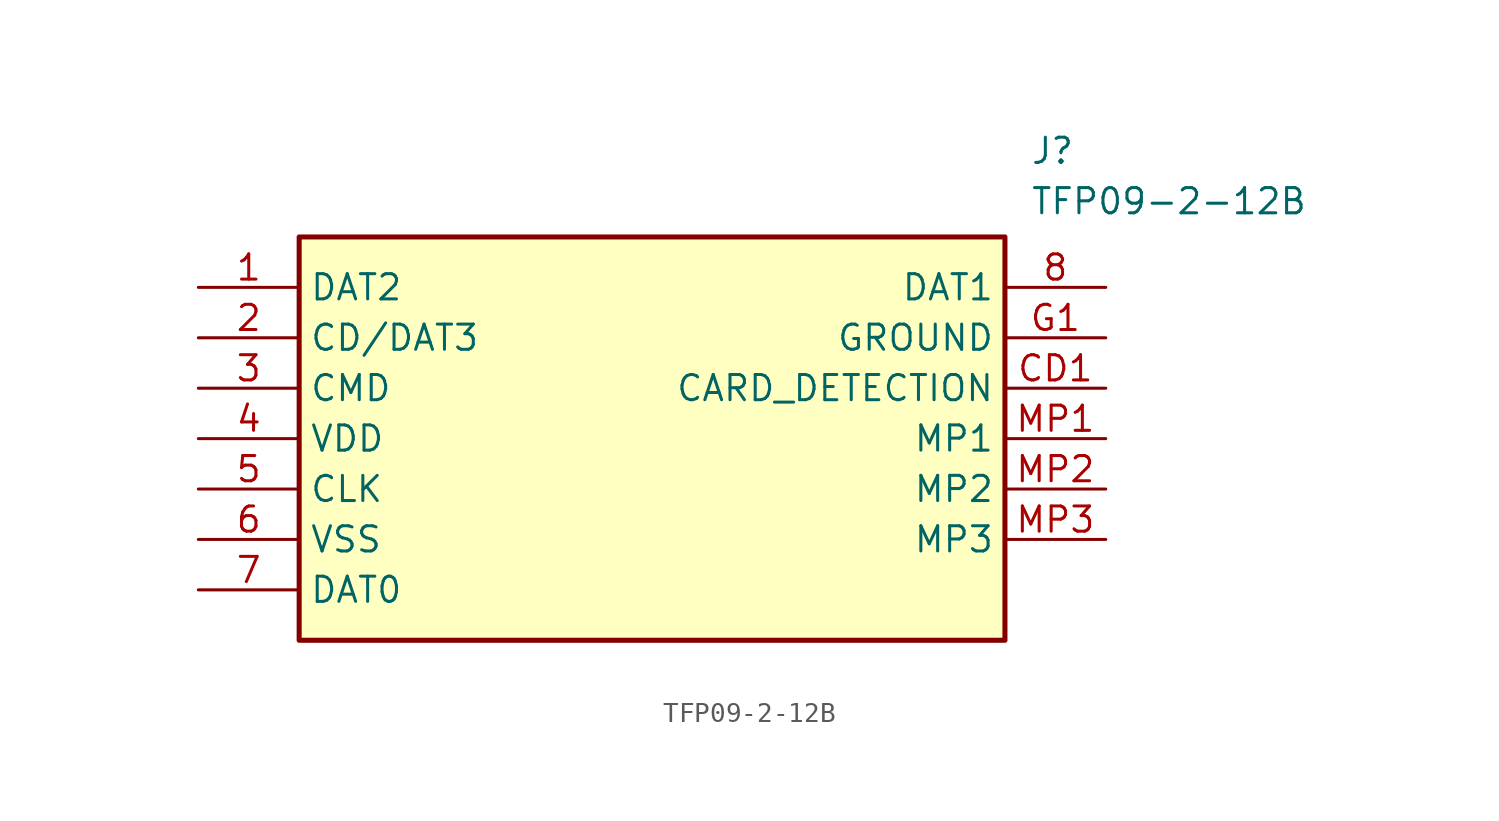
<source format=kicad_sym>
(kicad_symbol_lib
  (version 20211014)
  (generator SamacSys_ECAD_Model)
  (symbol "TFP09-2-12B"
    (property "Reference" "J"
      (at 41.91 7.62 0)
      (effects (font (size 1.27 1.27)) (justify left top)))
    (property "Value" "TFP09-2-12B"
      (at 41.91 5.08 0)
      (effects (font (size 1.27 1.27)) (justify left top)))
    (rectangle
      (start 5.08 2.54)
      (end 40.64 -17.78)
      (stroke (width 0.254) (type default))
      (fill (type background)))
    (pin passive line
      (at 0 0 0)
      (length 5.08)
      (name "DAT2" (effects (font (size 1.27 1.27))))
      (number "1" (effects (font (size 1.27 1.27)))))
    (pin passive line
      (at 0 -2.54 0)
      (length 5.08)
      (name "CD/DAT3" (effects (font (size 1.27 1.27))))
      (number "2" (effects (font (size 1.27 1.27)))))
    (pin passive line
      (at 0 -5.08 0)
      (length 5.08)
      (name "CMD" (effects (font (size 1.27 1.27))))
      (number "3" (effects (font (size 1.27 1.27)))))
    (pin passive line
      (at 0 -7.62 0)
      (length 5.08)
      (name "VDD" (effects (font (size 1.27 1.27))))
      (number "4" (effects (font (size 1.27 1.27)))))
    (pin passive line
      (at 0 -10.16 0)
      (length 5.08)
      (name "CLK" (effects (font (size 1.27 1.27))))
      (number "5" (effects (font (size 1.27 1.27)))))
    (pin passive line
      (at 0 -12.7 0)
      (length 5.08)
      (name "VSS" (effects (font (size 1.27 1.27))))
      (number "6" (effects (font (size 1.27 1.27)))))
    (pin passive line
      (at 0 -15.24 0)
      (length 5.08)
      (name "DAT0" (effects (font (size 1.27 1.27))))
      (number "7" (effects (font (size 1.27 1.27)))))
    (pin passive line
      (at 45.72 0 180)
      (length 5.08)
      (name "DAT1" (effects (font (size 1.27 1.27))))
      (number "8" (effects (font (size 1.27 1.27)))))
    (pin passive line
      (at 45.72 -2.54 180)
      (length 5.08)
      (name "GROUND" (effects (font (size 1.27 1.27))))
      (number "G1" (effects (font (size 1.27 1.27)))))
    (pin passive line
      (at 45.72 -5.08 180)
      (length 5.08)
      (name "CARD_DETECTION" (effects (font (size 1.27 1.27))))
      (number "CD1" (effects (font (size 1.27 1.27)))))
    (pin passive line
      (at 45.72 -7.62 180)
      (length 5.08)
      (name "MP1" (effects (font (size 1.27 1.27))))
      (number "MP1" (effects (font (size 1.27 1.27)))))
    (pin passive line
      (at 45.72 -10.16 180)
      (length 5.08)
      (name "MP2" (effects (font (size 1.27 1.27))))
      (number "MP2" (effects (font (size 1.27 1.27)))))
    (pin passive line
      (at 45.72 -12.7 180)
      (length 5.08)
      (name "MP3" (effects (font (size 1.27 1.27))))
      (number "MP3" (effects (font (size 1.27 1.27)))))))
</source>
